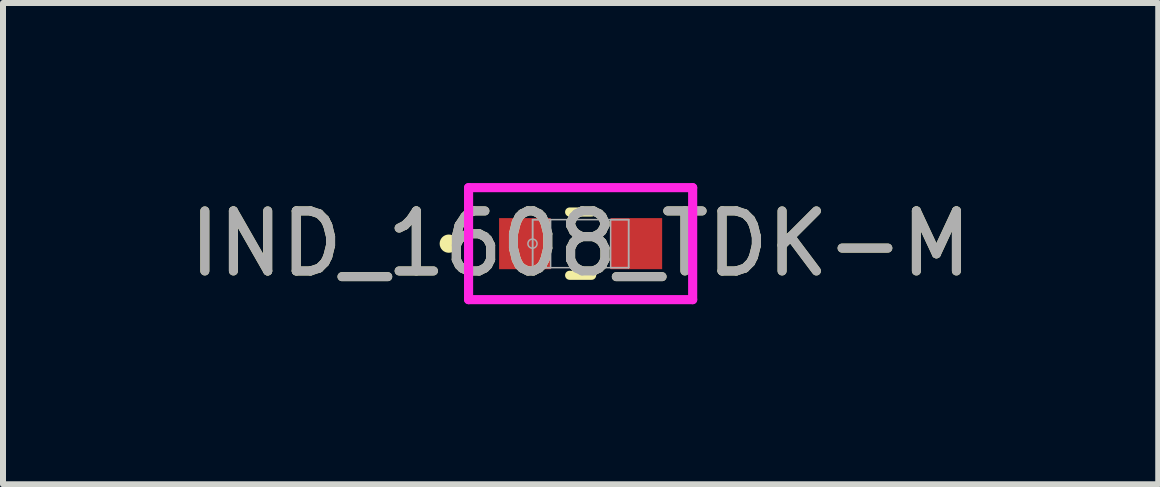
<source format=kicad_pcb>
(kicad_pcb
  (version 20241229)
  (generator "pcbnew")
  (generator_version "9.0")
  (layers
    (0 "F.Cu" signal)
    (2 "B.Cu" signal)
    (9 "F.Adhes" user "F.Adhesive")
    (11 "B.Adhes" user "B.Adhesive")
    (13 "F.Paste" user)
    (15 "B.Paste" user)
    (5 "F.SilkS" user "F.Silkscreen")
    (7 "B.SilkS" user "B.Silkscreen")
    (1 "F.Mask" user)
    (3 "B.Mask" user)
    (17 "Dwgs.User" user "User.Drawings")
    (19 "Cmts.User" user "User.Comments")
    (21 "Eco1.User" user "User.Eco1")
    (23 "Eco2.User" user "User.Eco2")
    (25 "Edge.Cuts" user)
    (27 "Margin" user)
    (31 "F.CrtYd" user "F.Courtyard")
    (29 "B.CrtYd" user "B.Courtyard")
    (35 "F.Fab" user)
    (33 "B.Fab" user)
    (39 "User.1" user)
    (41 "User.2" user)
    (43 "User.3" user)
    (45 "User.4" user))
  (footprint "IND_1608_TDK-M"
    (layer "F.Cu")
    (at 6.625 1.01)
    (property "Reference" "IND_1608_TDK-M" (at 0 0 0) (unlocked yes) (layer "F.SilkS") (effects (font (size 1 1) (thickness 0.15))))
    (attr smd)
    (fp_line (start -0.183 0.527) (end 0.183 0.527) (stroke (width 0.152) (type solid)) (layer "F.SilkS"))
    (fp_line (start 0.183 -0.527) (end -0.183 -0.527) (stroke (width 0.152) (type solid)) (layer "F.SilkS"))
    (fp_circle (center -2.197 0) (end -2.121 0) (stroke (width 0.152) (type solid)) (fill no) (layer "F.SilkS"))
    (fp_line (start -1.867 -0.933) (end 1.867 -0.933) (stroke (width 0.152) (type solid)) (layer "F.CrtYd"))
    (fp_line (start -1.867 0.933) (end -1.867 -0.933) (stroke (width 0.152) (type solid)) (layer "F.CrtYd"))
    (fp_line (start 1.867 -0.933) (end 1.867 0.933) (stroke (width 0.152) (type solid)) (layer "F.CrtYd"))
    (fp_line (start 1.867 0.933) (end -1.867 0.933) (stroke (width 0.152) (type solid)) (layer "F.CrtYd"))
    (fp_line (start -0.8 -0.4) (end -0.8 0.4) (stroke (width 0.025) (type solid)) (layer "F.Fab"))
    (fp_line (start -0.8 -0.4) (end -0.8 0.4) (stroke (width 0.025) (type solid)) (layer "F.Fab"))
    (fp_line (start -0.8 0.4) (end -0.5 0.4) (stroke (width 0.025) (type solid)) (layer "F.Fab"))
    (fp_line (start -0.8 0.4) (end 0.8 0.4) (stroke (width 0.025) (type solid)) (layer "F.Fab"))
    (fp_line (start -0.5 -0.4) (end -0.8 -0.4) (stroke (width 0.025) (type solid)) (layer "F.Fab"))
    (fp_line (start -0.5 0.4) (end -0.5 -0.4) (stroke (width 0.025) (type solid)) (layer "F.Fab"))
    (fp_line (start 0.5 -0.4) (end 0.5 0.4) (stroke (width 0.025) (type solid)) (layer "F.Fab"))
    (fp_line (start 0.5 0.4) (end 0.8 0.4) (stroke (width 0.025) (type solid)) (layer "F.Fab"))
    (fp_line (start 0.8 -0.4) (end -0.8 -0.4) (stroke (width 0.025) (type solid)) (layer "F.Fab"))
    (fp_line (start 0.8 -0.4) (end 0.5 -0.4) (stroke (width 0.025) (type solid)) (layer "F.Fab"))
    (fp_line (start 0.8 0.4) (end 0.8 -0.4) (stroke (width 0.025) (type solid)) (layer "F.Fab"))
    (fp_line (start 0.8 0.4) (end 0.8 -0.4) (stroke (width 0.025) (type solid)) (layer "F.Fab"))
    (fp_circle (center -0.802 0) (end -0.726 0) (stroke (width 0.025) (type solid)) (fill no) (layer "F.Fab"))
    (fp_text user "${REFERENCE}" (at 0 0 0) (unlocked yes) (layer "F.Fab") (effects (font (size 1 1) (thickness 0.15))))
    (pad "1" smd rect (at -0.929 0) (size 0.859 0.851) (layers "F.Cu" "F.Mask" "F.Paste"))
    (pad "2" smd rect (at 0.929 0) (size 0.859 0.851) (layers "F.Cu" "F.Mask" "F.Paste"))
    (zone (net_name "") (layer "F.Cu") (hatch full 0.508) (connect_pads) (min_thickness 0.254) (filled_areas_thickness no) (keepout (tracks not_allowed) (vias not_allowed) (pads allowed) (copperpour not_allowed) (footprints allowed)) (placement (enabled no)) (fill) (polygon (pts (xy 6.176 0.66) (xy 7.074 0.66) (xy 7.074 1.359) (xy 6.176 1.359)))))
  (gr_rect
    (start -3 -3)
    (end 16.25 5.019)
    (stroke (width 0.1) (type default))
    (fill no)
    (layer "Edge.Cuts")))
</source>
